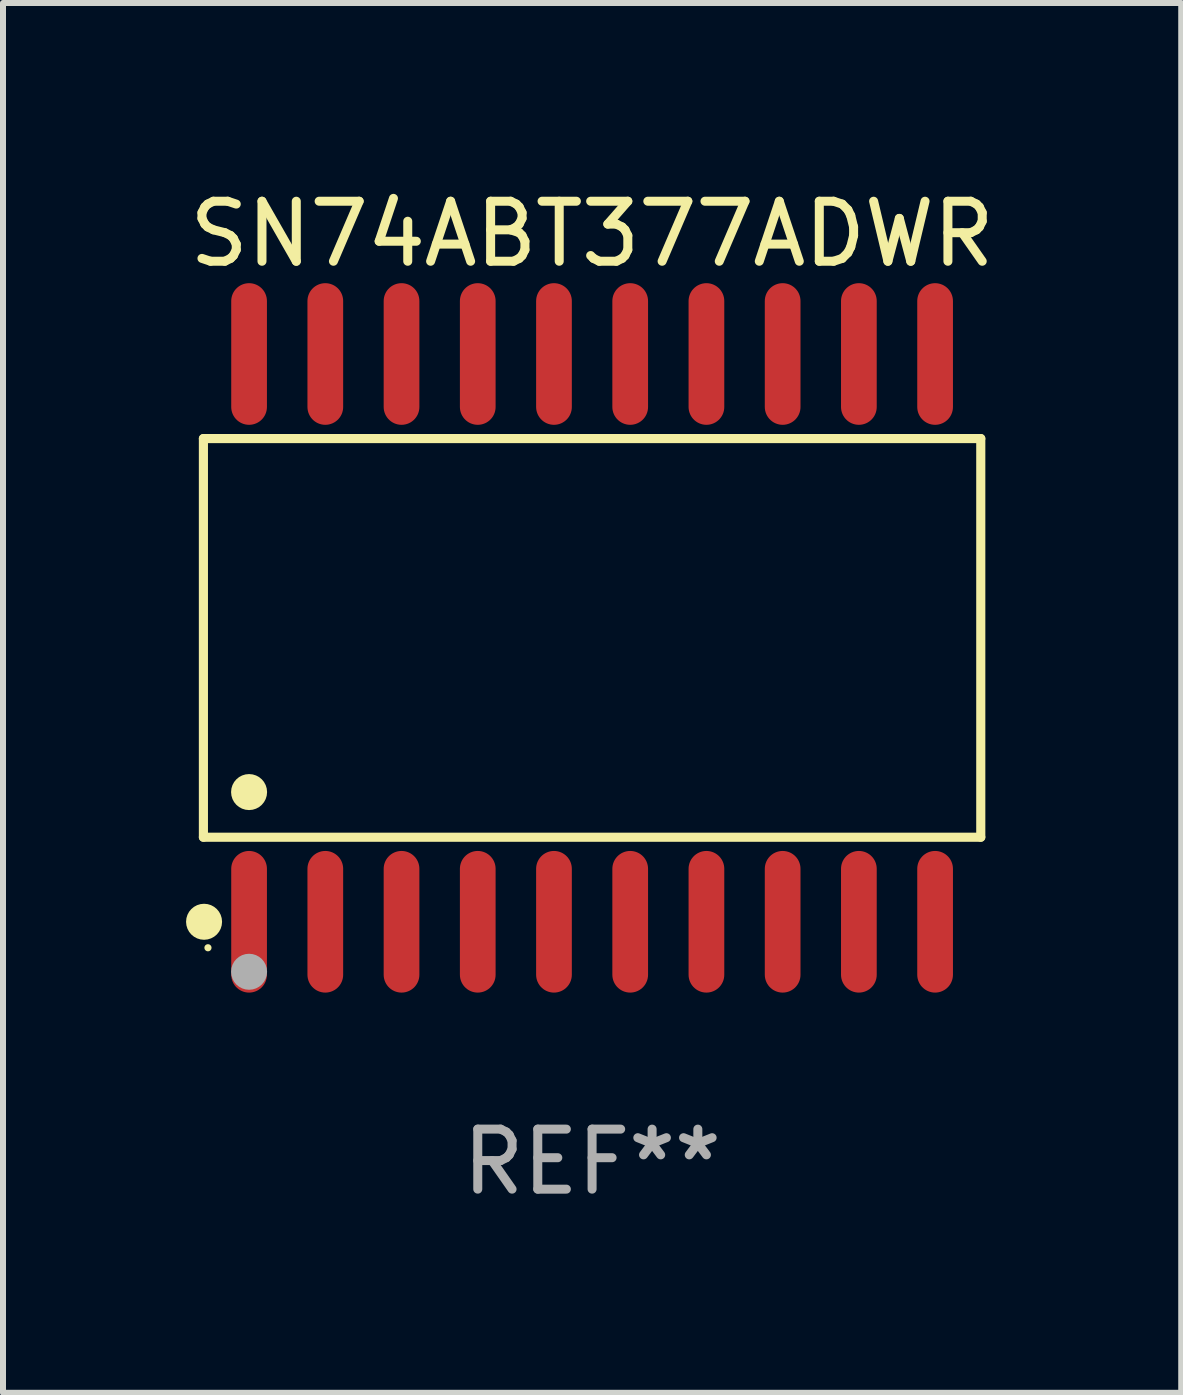
<source format=kicad_pcb>
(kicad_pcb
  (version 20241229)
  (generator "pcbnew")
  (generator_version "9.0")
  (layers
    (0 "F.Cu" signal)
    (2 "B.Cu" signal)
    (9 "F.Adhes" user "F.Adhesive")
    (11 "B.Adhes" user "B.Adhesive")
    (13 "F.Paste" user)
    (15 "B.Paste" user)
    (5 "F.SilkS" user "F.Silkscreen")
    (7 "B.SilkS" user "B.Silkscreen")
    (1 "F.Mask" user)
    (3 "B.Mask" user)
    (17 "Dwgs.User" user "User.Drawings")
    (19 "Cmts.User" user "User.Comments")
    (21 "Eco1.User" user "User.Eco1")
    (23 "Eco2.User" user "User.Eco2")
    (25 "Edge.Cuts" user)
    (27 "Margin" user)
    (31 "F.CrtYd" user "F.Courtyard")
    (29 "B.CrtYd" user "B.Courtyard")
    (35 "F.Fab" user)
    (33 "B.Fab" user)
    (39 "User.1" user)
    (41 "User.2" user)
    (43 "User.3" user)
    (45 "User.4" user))
  (footprint "SN74ABT377ADWR"
    (layer "F.Cu")
    (at 6.815 7.578)
    (property "Reference" "SN74ABT377ADWR" (at 0 -6.73 0) (layer "F.SilkS") (effects (font (size 1 1) (thickness 0.15))))
    (attr through_hole)
    (fp_line (start -6.476 -3.321) (end 6.476 -3.321) (stroke (width 0.152) (type solid)) (layer "F.SilkS"))
    (fp_line (start -6.476 3.321) (end -6.476 -3.321) (stroke (width 0.152) (type solid)) (layer "F.SilkS"))
    (fp_line (start 6.476 -3.321) (end 6.476 3.321) (stroke (width 0.152) (type solid)) (layer "F.SilkS"))
    (fp_line (start 6.476 3.321) (end -6.476 3.321) (stroke (width 0.152) (type solid)) (layer "F.SilkS"))
    (fp_circle (center -6.465 4.73) (end -6.315 4.73) (stroke (width 0.3) (type solid)) (fill no) (layer "F.SilkS"))
    (fp_circle (center -6.4 5.163) (end -6.37 5.163) (stroke (width 0.06) (type solid)) (fill no) (layer "F.SilkS"))
    (fp_circle (center -5.715 2.569) (end -5.565 2.569) (stroke (width 0.3) (type solid)) (fill no) (layer "F.SilkS"))
    (fp_circle (center -5.715 5.563) (end -5.565 5.563) (stroke (width 0.3) (type solid)) (fill no) (layer "F.Fab"))
    (fp_text user "REF**" (at 0 8.73 0) (layer "F.Fab") (effects (font (size 1 1) (thickness 0.15))))
    (pad "1" smd oval (at -5.715 4.73) (size 0.595 2.36) (layers "F.Cu" "F.Mask" "F.Paste"))
    (pad "2" smd oval (at -4.445 4.73) (size 0.595 2.36) (layers "F.Cu" "F.Mask" "F.Paste"))
    (pad "3" smd oval (at -3.175 4.73) (size 0.595 2.36) (layers "F.Cu" "F.Mask" "F.Paste"))
    (pad "4" smd oval (at -1.905 4.73) (size 0.595 2.36) (layers "F.Cu" "F.Mask" "F.Paste"))
    (pad "5" smd oval (at -0.635 4.73) (size 0.595 2.36) (layers "F.Cu" "F.Mask" "F.Paste"))
    (pad "6" smd oval (at 0.635 4.73) (size 0.595 2.36) (layers "F.Cu" "F.Mask" "F.Paste"))
    (pad "7" smd oval (at 1.905 4.73) (size 0.595 2.36) (layers "F.Cu" "F.Mask" "F.Paste"))
    (pad "8" smd oval (at 3.175 4.73) (size 0.595 2.36) (layers "F.Cu" "F.Mask" "F.Paste"))
    (pad "9" smd oval (at 4.445 4.73) (size 0.595 2.36) (layers "F.Cu" "F.Mask" "F.Paste"))
    (pad "10" smd oval (at 5.715 4.73) (size 0.595 2.36) (layers "F.Cu" "F.Mask" "F.Paste"))
    (pad "11" smd oval (at 5.715 -4.73) (size 0.595 2.36) (layers "F.Cu" "F.Mask" "F.Paste"))
    (pad "12" smd oval (at 4.445 -4.73) (size 0.595 2.36) (layers "F.Cu" "F.Mask" "F.Paste"))
    (pad "13" smd oval (at 3.175 -4.73) (size 0.595 2.36) (layers "F.Cu" "F.Mask" "F.Paste"))
    (pad "14" smd oval (at 1.905 -4.73) (size 0.595 2.36) (layers "F.Cu" "F.Mask" "F.Paste"))
    (pad "15" smd oval (at 0.635 -4.73) (size 0.595 2.36) (layers "F.Cu" "F.Mask" "F.Paste"))
    (pad "16" smd oval (at -0.635 -4.73) (size 0.595 2.36) (layers "F.Cu" "F.Mask" "F.Paste"))
    (pad "17" smd oval (at -1.905 -4.73) (size 0.595 2.36) (layers "F.Cu" "F.Mask" "F.Paste"))
    (pad "18" smd oval (at -3.175 -4.73) (size 0.595 2.36) (layers "F.Cu" "F.Mask" "F.Paste"))
    (pad "19" smd oval (at -4.445 -4.73) (size 0.595 2.36) (layers "F.Cu" "F.Mask" "F.Paste"))
    (pad "20" smd oval (at -5.715 -4.73) (size 0.595 2.36) (layers "F.Cu" "F.Mask" "F.Paste")))
  (gr_rect
    (start -3 -3)
    (end 16.631 20.156)
    (stroke (width 0.1) (type default))
    (fill no)
    (layer "Edge.Cuts")))
</source>
